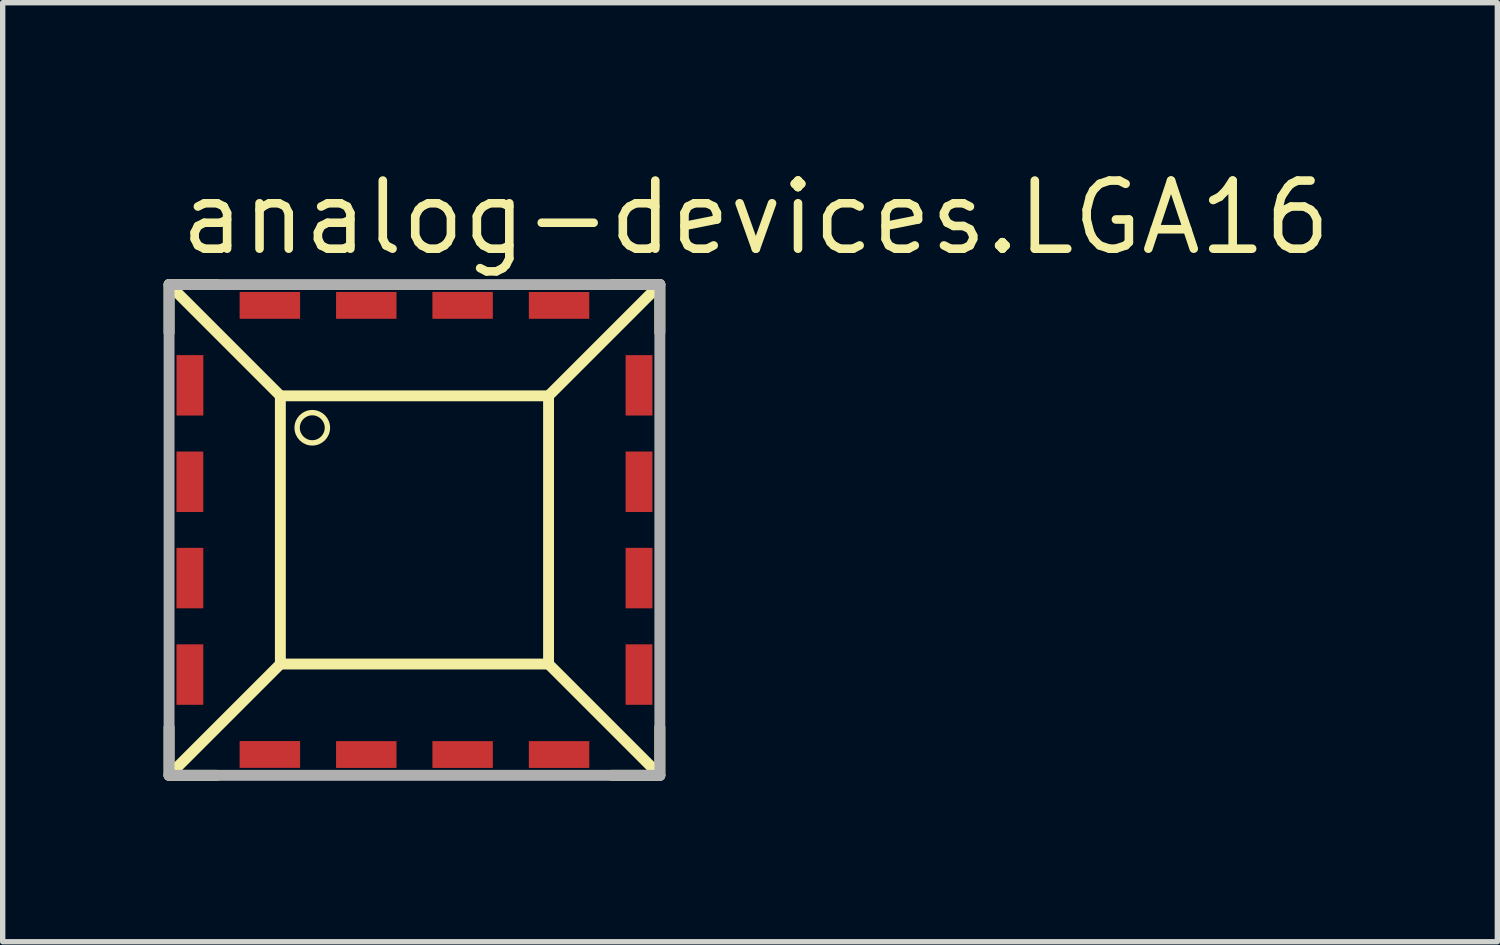
<source format=kicad_pcb>
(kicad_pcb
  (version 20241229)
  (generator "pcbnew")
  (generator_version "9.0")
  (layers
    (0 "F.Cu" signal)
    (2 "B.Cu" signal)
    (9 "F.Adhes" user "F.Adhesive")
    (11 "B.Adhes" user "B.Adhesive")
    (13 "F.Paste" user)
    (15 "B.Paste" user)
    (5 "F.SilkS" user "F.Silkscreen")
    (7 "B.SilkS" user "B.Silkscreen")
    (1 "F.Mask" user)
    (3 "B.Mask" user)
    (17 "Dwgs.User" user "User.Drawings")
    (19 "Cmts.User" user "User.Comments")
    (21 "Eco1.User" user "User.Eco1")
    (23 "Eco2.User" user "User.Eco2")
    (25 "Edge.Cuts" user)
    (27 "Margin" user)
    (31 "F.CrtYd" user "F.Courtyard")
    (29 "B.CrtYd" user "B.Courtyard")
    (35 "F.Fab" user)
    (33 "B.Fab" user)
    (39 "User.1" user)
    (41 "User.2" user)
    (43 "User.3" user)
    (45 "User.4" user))
  (footprint "analog-devices.LGA16"
    (layer "F.Cu")
    (at 4.677 6.83)
    (property "Reference" "analog-devices.LGA16" (at -4.445 -5.08 0) (layer "F.SilkS") (effects (font (size 1.27 1.27) (thickness 0.16)) (justify left bottom)))
    (attr smd)
    (fp_line (start -4.575 -4.575) (end -3.68 -4.575) (stroke (width 0.203) (type default)) (layer "F.SilkS"))
    (fp_line (start -4.575 -3.68) (end -4.575 -4.575) (stroke (width 0.203) (type default)) (layer "F.SilkS"))
    (fp_line (start -4.575 4.575) (end -4.575 3.68) (stroke (width 0.203) (type default)) (layer "F.SilkS"))
    (fp_line (start -4.445 -4.445) (end -2.54 -2.54) (stroke (width 0.203) (type default)) (layer "F.SilkS"))
    (fp_line (start -4.445 4.445) (end -2.54 2.54) (stroke (width 0.203) (type default)) (layer "F.SilkS"))
    (fp_line (start -3.68 4.575) (end -4.575 4.575) (stroke (width 0.203) (type default)) (layer "F.SilkS"))
    (fp_line (start -2.5 -2.5) (end 2.5 -2.5) (stroke (width 0.203) (type default)) (layer "F.SilkS"))
    (fp_line (start -2.5 2.5) (end -2.5 -2.5) (stroke (width 0.203) (type default)) (layer "F.SilkS"))
    (fp_line (start 2.5 -2.5) (end 2.5 2.5) (stroke (width 0.203) (type default)) (layer "F.SilkS"))
    (fp_line (start 2.5 2.5) (end -2.5 2.5) (stroke (width 0.203) (type default)) (layer "F.SilkS"))
    (fp_line (start 2.54 -2.54) (end 4.445 -4.445) (stroke (width 0.203) (type default)) (layer "F.SilkS"))
    (fp_line (start 3.68 -4.575) (end 4.575 -4.575) (stroke (width 0.203) (type default)) (layer "F.SilkS"))
    (fp_line (start 4.445 4.445) (end 2.54 2.54) (stroke (width 0.203) (type default)) (layer "F.SilkS"))
    (fp_line (start 4.575 -4.575) (end 4.575 -3.68) (stroke (width 0.203) (type default)) (layer "F.SilkS"))
    (fp_line (start 4.575 3.68) (end 4.575 4.575) (stroke (width 0.203) (type default)) (layer "F.SilkS"))
    (fp_line (start 4.575 4.575) (end 3.68 4.575) (stroke (width 0.203) (type default)) (layer "F.SilkS"))
    (fp_circle (center -1.905 -1.905) (end -1.623 -1.905) (stroke (width 0.1) (type default)) (fill no) (layer "F.SilkS"))
    (fp_line (start -4.575 -4.575) (end 4.575 -4.575) (stroke (width 0.203) (type default)) (layer "F.Fab"))
    (fp_line (start -4.575 4.575) (end -4.575 -4.575) (stroke (width 0.203) (type default)) (layer "F.Fab"))
    (fp_line (start 4.575 -4.575) (end 4.575 4.575) (stroke (width 0.203) (type default)) (layer "F.Fab"))
    (fp_line (start 4.575 4.575) (end -4.575 4.575) (stroke (width 0.203) (type default)) (layer "F.Fab"))
    (pad "1" smd roundrect (at -4.186 -2.696) (size 0.5 1.127) (layers "F.Cu" "F.Mask" "F.Paste") (roundrect_rratio 0.01))
    (pad "2" smd roundrect (at -4.187 -0.898) (size 0.5 1.127) (layers "F.Cu" "F.Mask" "F.Paste") (roundrect_rratio 0.01))
    (pad "3" smd roundrect (at -4.187 0.898) (size 0.5 1.127) (layers "F.Cu" "F.Mask" "F.Paste") (roundrect_rratio 0.01))
    (pad "4" smd roundrect (at -4.187 2.696) (size 0.5 1.127) (layers "F.Cu" "F.Mask" "F.Paste") (roundrect_rratio 0.01))
    (pad "5" smd roundrect (at -2.696 4.186 90) (size 0.5 1.127) (layers "F.Cu" "F.Mask" "F.Paste") (roundrect_rratio 0.01))
    (pad "6" smd roundrect (at -0.898 4.187 90) (size 0.5 1.127) (layers "F.Cu" "F.Mask" "F.Paste") (roundrect_rratio 0.01))
    (pad "7" smd roundrect (at 0.898 4.187 90) (size 0.5 1.127) (layers "F.Cu" "F.Mask" "F.Paste") (roundrect_rratio 0.01))
    (pad "8" smd roundrect (at 2.696 4.187 90) (size 0.5 1.127) (layers "F.Cu" "F.Mask" "F.Paste") (roundrect_rratio 0.01))
    (pad "9" smd roundrect (at 4.186 2.696 180) (size 0.5 1.127) (layers "F.Cu" "F.Mask" "F.Paste") (roundrect_rratio 0.01))
    (pad "10" smd roundrect (at 4.187 0.898 180) (size 0.5 1.127) (layers "F.Cu" "F.Mask" "F.Paste") (roundrect_rratio 0.01))
    (pad "11" smd roundrect (at 4.187 -0.898 180) (size 0.5 1.127) (layers "F.Cu" "F.Mask" "F.Paste") (roundrect_rratio 0.01))
    (pad "12" smd roundrect (at 4.187 -2.696 180) (size 0.5 1.127) (layers "F.Cu" "F.Mask" "F.Paste") (roundrect_rratio 0.01))
    (pad "13" smd roundrect (at 2.696 -4.186 270) (size 0.5 1.127) (layers "F.Cu" "F.Mask" "F.Paste") (roundrect_rratio 0.01))
    (pad "14" smd roundrect (at 0.898 -4.187 270) (size 0.5 1.127) (layers "F.Cu" "F.Mask" "F.Paste") (roundrect_rratio 0.01))
    (pad "15" smd roundrect (at -0.898 -4.187 270) (size 0.5 1.127) (layers "F.Cu" "F.Mask" "F.Paste") (roundrect_rratio 0.01))
    (pad "16" smd roundrect (at -2.696 -4.187 270) (size 0.5 1.127) (layers "F.Cu" "F.Mask" "F.Paste") (roundrect_rratio 0.01)))
  (gr_rect
    (start -3 -3)
    (end 24.866 14.507)
    (stroke (width 0.1) (type default))
    (fill no)
    (layer "Edge.Cuts")))
</source>
